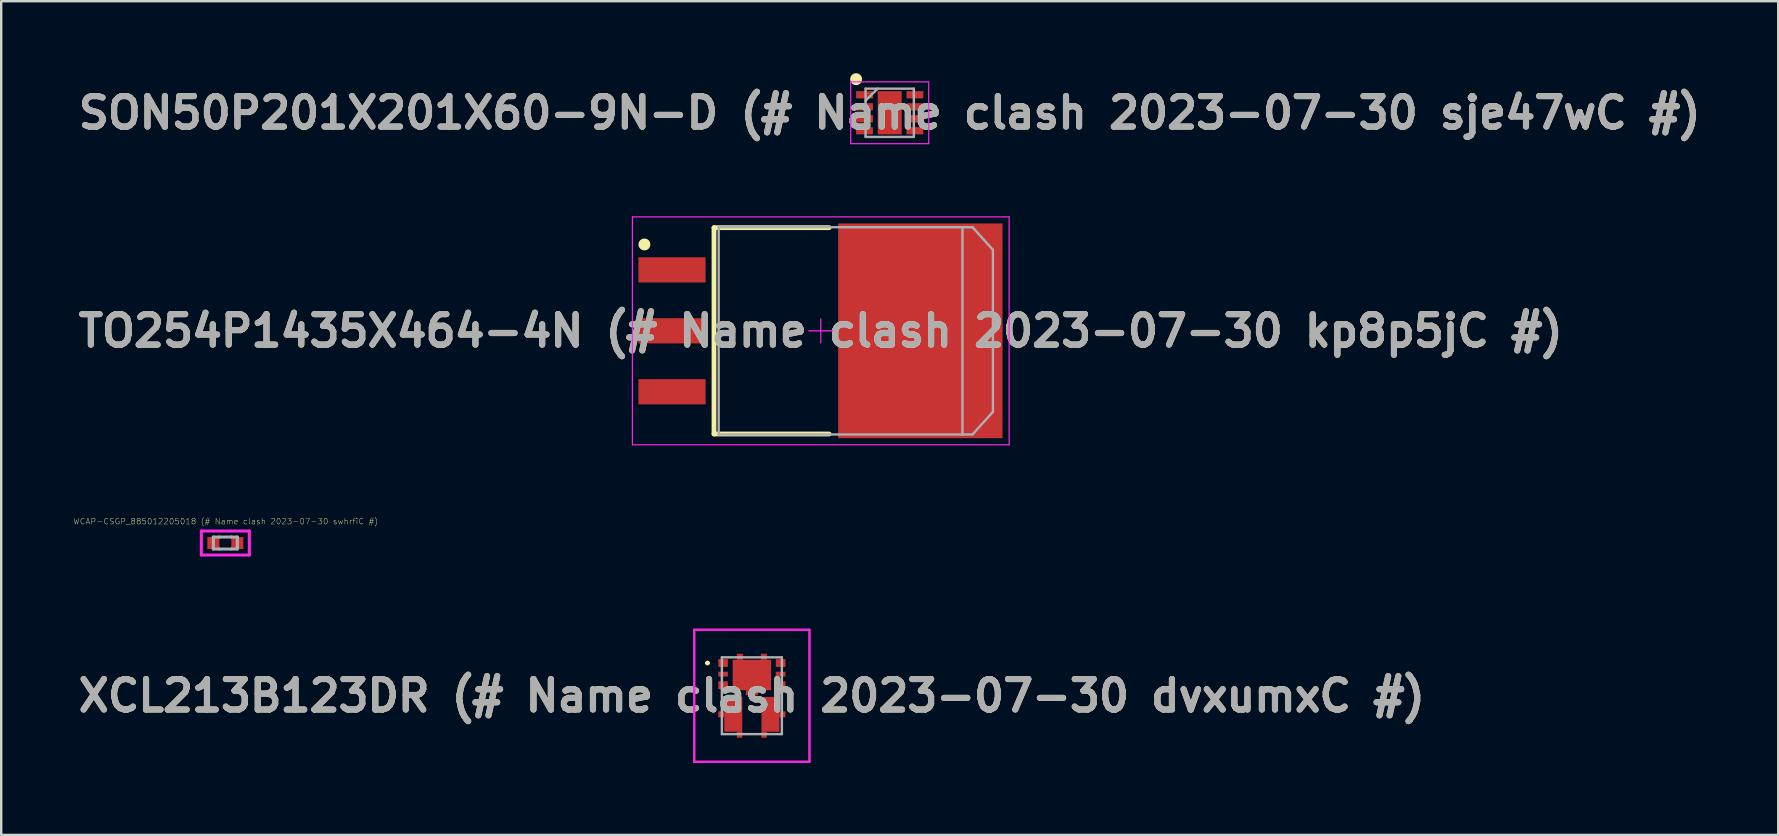
<source format=kicad_pcb>
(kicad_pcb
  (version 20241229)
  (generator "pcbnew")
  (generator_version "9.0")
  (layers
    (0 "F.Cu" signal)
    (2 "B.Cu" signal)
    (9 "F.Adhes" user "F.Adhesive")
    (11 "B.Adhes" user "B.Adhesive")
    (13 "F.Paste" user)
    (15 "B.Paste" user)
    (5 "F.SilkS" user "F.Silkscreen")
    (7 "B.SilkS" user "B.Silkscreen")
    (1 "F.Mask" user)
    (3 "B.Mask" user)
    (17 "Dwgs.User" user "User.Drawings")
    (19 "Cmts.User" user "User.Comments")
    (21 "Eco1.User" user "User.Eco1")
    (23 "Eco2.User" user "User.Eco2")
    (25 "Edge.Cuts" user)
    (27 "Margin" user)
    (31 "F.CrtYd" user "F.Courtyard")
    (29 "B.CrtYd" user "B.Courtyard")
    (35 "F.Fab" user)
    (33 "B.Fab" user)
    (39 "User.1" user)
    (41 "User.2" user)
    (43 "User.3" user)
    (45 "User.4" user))
  (footprint "SON50P201X201X60-9N-D (# Name clash 2023-07-30 sje47wC #)"
    (layer "F.Cu")
    (at 34.03 1.65)
    (property "Reference" "SON50P201X201X60-9N-D (# Name clash 2023-07-30 sje47wC #)" (at 0 0 0) (layer "F.SilkS") (effects (font (size 1.27 1.27) (thickness 0.254))))
    (attr smd)
    (fp_circle (center -1.4 -1.4) (end -1.4 -1.275) (stroke (width 0.25) (type solid)) (fill no) (layer "F.SilkS"))
    (fp_line (start -1.625 -1.288) (end 1.625 -1.288) (stroke (width 0.05) (type solid)) (layer "F.CrtYd"))
    (fp_line (start -1.625 1.288) (end -1.625 -1.288) (stroke (width 0.05) (type solid)) (layer "F.CrtYd"))
    (fp_line (start 1.625 -1.288) (end 1.625 1.288) (stroke (width 0.05) (type solid)) (layer "F.CrtYd"))
    (fp_line (start 1.625 1.288) (end -1.625 1.288) (stroke (width 0.05) (type solid)) (layer "F.CrtYd"))
    (fp_line (start -1.006 -1.006) (end 1.006 -1.006) (stroke (width 0.1) (type solid)) (layer "F.Fab"))
    (fp_line (start -1.006 -0.503) (end -0.503 -1.006) (stroke (width 0.1) (type solid)) (layer "F.Fab"))
    (fp_line (start -1.006 1.006) (end -1.006 -1.006) (stroke (width 0.1) (type solid)) (layer "F.Fab"))
    (fp_line (start 1.006 -1.006) (end 1.006 1.006) (stroke (width 0.1) (type solid)) (layer "F.Fab"))
    (fp_line (start 1.006 1.006) (end -1.006 1.006) (stroke (width 0.1) (type solid)) (layer "F.Fab"))
    (fp_text user "${REFERENCE}" (at 0 0 0) (layer "F.Fab") (effects (font (size 1.27 1.27) (thickness 0.254))))
    (pad "1" smd rect (at -1.05 -0.75 90) (size 0.3 0.7) (layers "F.Cu" "F.Mask" "F.Paste"))
    (pad "2" smd rect (at -1.05 -0.25 90) (size 0.3 0.7) (layers "F.Cu" "F.Mask" "F.Paste"))
    (pad "3" smd rect (at -1.05 0.25 90) (size 0.3 0.7) (layers "F.Cu" "F.Mask" "F.Paste"))
    (pad "4" smd rect (at -1.05 0.75 90) (size 0.3 0.7) (layers "F.Cu" "F.Mask" "F.Paste"))
    (pad "5" smd rect (at 1.05 0.75 90) (size 0.3 0.7) (layers "F.Cu" "F.Mask" "F.Paste"))
    (pad "6" smd rect (at 1.05 0.25 90) (size 0.3 0.7) (layers "F.Cu" "F.Mask" "F.Paste"))
    (pad "7" smd rect (at 1.05 -0.25 90) (size 0.3 0.7) (layers "F.Cu" "F.Mask" "F.Paste"))
    (pad "8" smd rect (at 1.05 -0.75 90) (size 0.3 0.7) (layers "F.Cu" "F.Mask" "F.Paste"))
    (pad "9" smd rect (at 0 0) (size 1 1.8) (layers "F.Cu" "F.Mask" "F.Paste")))
  (footprint "XCL213B123DR (# Name clash 2023-07-30 dvxumxC #)"
    (layer "F.Cu")
    (at 28.285 25.946)
    (property "Reference" "XCL213B123DR (# Name clash 2023-07-30 dvxumxC #)" (at 0 0 0) (layer "F.SilkS") (effects (font (size 1.27 1.27) (thickness 0.254))))
    (attr smd)
    (fp_line (start -1.9 -1.363) (end -1.9 -1.363) (stroke (width 0.1) (type solid)) (layer "F.SilkS"))
    (fp_line (start -1.8 -1.363) (end -1.8 -1.363) (stroke (width 0.1) (type solid)) (layer "F.SilkS"))
    (fp_arc (start -1.9 -1.363) (mid -1.85 -1.413) (end -1.8 -1.363) (stroke (width 0.1) (type solid)) (layer "F.SilkS"))
    (fp_arc (start -1.8 -1.363) (mid -1.85 -1.313) (end -1.9 -1.363) (stroke (width 0.1) (type solid)) (layer "F.SilkS"))
    (fp_line (start -2.4 -2.75) (end 2.4 -2.75) (stroke (width 0.1) (type solid)) (layer "F.CrtYd"))
    (fp_line (start -2.4 2.75) (end -2.4 -2.75) (stroke (width 0.1) (type solid)) (layer "F.CrtYd"))
    (fp_line (start 2.4 -2.75) (end 2.4 2.75) (stroke (width 0.1) (type solid)) (layer "F.CrtYd"))
    (fp_line (start 2.4 2.75) (end -2.4 2.75) (stroke (width 0.1) (type solid)) (layer "F.CrtYd"))
    (fp_line (start -1.25 -1.6) (end 1.25 -1.6) (stroke (width 0.1) (type solid)) (layer "F.Fab"))
    (fp_line (start -1.25 1.6) (end -1.25 -1.6) (stroke (width 0.1) (type solid)) (layer "F.Fab"))
    (fp_line (start 1.25 -1.6) (end 1.25 1.6) (stroke (width 0.1) (type solid)) (layer "F.Fab"))
    (fp_line (start 1.25 1.6) (end -1.25 1.6) (stroke (width 0.1) (type solid)) (layer "F.Fab"))
    (fp_text user "${REFERENCE}" (at 0 0 0) (layer "F.Fab") (effects (font (size 1.27 1.27) (thickness 0.254))))
    (pad "1" smd rect (at -1.2 -1.363 90) (size 0.325 0.4) (layers "F.Cu" "F.Mask" "F.Paste"))
    (pad "2" smd rect (at -1.2 -0.9 90) (size 0.2 0.4) (layers "F.Cu" "F.Mask" "F.Paste"))
    (pad "3" smd rect (at -1.2 -0.438 90) (size 0.325 0.4) (layers "F.Cu" "F.Mask" "F.Paste"))
    (pad "4" smd rect (at 1.2 -0.438 90) (size 0.325 0.4) (layers "F.Cu" "F.Mask" "F.Paste"))
    (pad "5" smd rect (at 1.2 -0.9 90) (size 0.2 0.4) (layers "F.Cu" "F.Mask" "F.Paste"))
    (pad "6" smd rect (at 1.2 -1.363 90) (size 0.325 0.4) (layers "F.Cu" "F.Mask" "F.Paste"))
    (pad "7" smd rect (at 0 -0.865 90) (size 1.27 1.6) (layers "F.Cu" "F.Mask" "F.Paste"))
    (pad "8" smd rect (at -0.775 0.775) (size 0.75 1.45) (layers "F.Cu" "F.Mask" "F.Paste"))
    (pad "9" smd rect (at 0.775 0.775) (size 0.75 1.45) (layers "F.Cu" "F.Mask" "F.Paste"))
    (pad "10" smd rect (at 1.275 0.775 90) (size 0.25 0.25) (layers "F.Cu" "F.Mask" "F.Paste"))
    (pad "11" smd rect (at 0.512 1.625) (size 0.225 0.25) (layers "F.Cu" "F.Mask" "F.Paste"))
    (pad "12" smd rect (at -0.512 1.625) (size 0.225 0.25) (layers "F.Cu" "F.Mask" "F.Paste"))
    (pad "13" smd rect (at -1.275 0.775 90) (size 0.25 0.25) (layers "F.Cu" "F.Mask" "F.Paste"))
    (pad "14" smd rect (at 0.5 -1.625 90) (size 0.25 0.25) (layers "F.Cu" "F.Mask" "F.Paste"))
    (pad "15" smd rect (at -0.5 -1.625 90) (size 0.25 0.25) (layers "F.Cu" "F.Mask" "F.Paste"))
    (pad "16" smd rect (at 0 -0.125 90) (size 0.21 0.5) (layers "F.Cu" "F.Mask" "F.Paste")))
  (footprint "WCAP-CSGP_885012205018 (# Name clash 2023-07-30 swhrfiC #)"
    (layer "F.Cu")
    (at 6.341 19.582)
    (property "Reference" "WCAP-CSGP_885012205018 (# Name clash 2023-07-30 swhrfiC #)" (at 0.012 -0.902 0) (layer "F.SilkS") (effects (font (size 0.24 0.24) (thickness 0.015))))
    (attr through_hole)
    (fp_line (start -1 -0.5) (end 1 -0.5) (stroke (width 0.127) (type solid)) (layer "F.CrtYd"))
    (fp_line (start -1 0.5) (end -1 -0.5) (stroke (width 0.127) (type solid)) (layer "F.CrtYd"))
    (fp_line (start 1 -0.5) (end 1 0.5) (stroke (width 0.127) (type solid)) (layer "F.CrtYd"))
    (fp_line (start 1 0.5) (end -1 0.5) (stroke (width 0.127) (type solid)) (layer "F.CrtYd"))
    (fp_line (start -0.5 -0.25) (end -0.5 0.25) (stroke (width 0.127) (type solid)) (layer "F.Fab"))
    (fp_line (start -0.5 -0.25) (end -0.25 -0.25) (stroke (width 0.127) (type solid)) (layer "F.Fab"))
    (fp_line (start -0.5 0.25) (end -0.25 0.25) (stroke (width 0.127) (type solid)) (layer "F.Fab"))
    (fp_line (start -0.25 -0.25) (end 0.25 -0.25) (stroke (width 0.127) (type solid)) (layer "F.Fab"))
    (fp_line (start -0.25 0.25) (end 0.25 0.25) (stroke (width 0.127) (type solid)) (layer "F.Fab"))
    (fp_line (start 0.25 -0.25) (end 0.5 -0.25) (stroke (width 0.127) (type solid)) (layer "F.Fab"))
    (fp_line (start 0.25 0.25) (end 0.5 0.25) (stroke (width 0.127) (type solid)) (layer "F.Fab"))
    (fp_line (start 0.5 0.25) (end 0.5 -0.25) (stroke (width 0.127) (type solid)) (layer "F.Fab"))
    (pad "1" smd rect (at -0.5 0) (size 0.5 0.5) (layers "F.Cu" "F.Mask" "F.Paste"))
    (pad "2" smd rect (at 0.5 0) (size 0.5 0.5) (layers "F.Cu" "F.Mask" "F.Paste")))
  (footprint "TO254P1435X464-4N (# Name clash 2023-07-30 kp8p5jC #)"
    (layer "F.Cu")
    (at 31.157 10.738)
    (property "Reference" "TO254P1435X464-4N (# Name clash 2023-07-30 kp8p5jC #)" (at 0 0 0) (layer "F.SilkS") (effects (font (size 1.27 1.27) (thickness 0.254))))
    (attr smd)
    (fp_line (start -4.45 -4.3) (end 0.35 -4.3) (stroke (width 0.2) (type solid)) (layer "F.SilkS"))
    (fp_line (start -4.45 4.3) (end -4.45 -4.3) (stroke (width 0.2) (type solid)) (layer "F.SilkS"))
    (fp_line (start 0.35 4.3) (end -4.45 4.3) (stroke (width 0.2) (type solid)) (layer "F.SilkS"))
    (fp_circle (center -7.35 -3.6) (end -7.35 -3.475) (stroke (width 0.25) (type solid)) (fill no) (layer "F.SilkS"))
    (fp_line (start -7.85 -4.75) (end -7.85 4.75) (stroke (width 0.05) (type solid)) (layer "F.CrtYd"))
    (fp_line (start -7.85 4.75) (end 7.85 4.75) (stroke (width 0.05) (type solid)) (layer "F.CrtYd"))
    (fp_line (start -4.38 -4.445) (end -4.38 4.445) (stroke (width 0.001) (type solid)) (layer "F.CrtYd"))
    (fp_line (start -4.38 4.445) (end 6.03 4.445) (stroke (width 0.001) (type solid)) (layer "F.CrtYd"))
    (fp_line (start -0.5 0) (end 0.5 0) (stroke (width 0.05) (type solid)) (layer "F.CrtYd"))
    (fp_line (start 0 0.5) (end 0 -0.5) (stroke (width 0.05) (type solid)) (layer "F.CrtYd"))
    (fp_line (start 6.03 -4.445) (end -4.38 -4.445) (stroke (width 0.001) (type solid)) (layer "F.CrtYd"))
    (fp_line (start 6.03 4.445) (end 6.03 -4.445) (stroke (width 0.001) (type solid)) (layer "F.CrtYd"))
    (fp_line (start 7.85 -4.75) (end -7.85 -4.75) (stroke (width 0.05) (type solid)) (layer "F.CrtYd"))
    (fp_line (start 7.85 4.75) (end 7.85 -4.75) (stroke (width 0.05) (type solid)) (layer "F.CrtYd"))
    (fp_line (start -4.255 -4.32) (end -4.255 4.32) (stroke (width 0.1) (type solid)) (layer "F.Fab"))
    (fp_line (start -4.255 4.32) (end 5.905 4.32) (stroke (width 0.1) (type solid)) (layer "F.Fab"))
    (fp_line (start 5.905 -4.32) (end -4.255 -4.32) (stroke (width 0.1) (type solid)) (layer "F.Fab"))
    (fp_line (start 5.905 4.32) (end 5.905 -4.32) (stroke (width 0.1) (type solid)) (layer "F.Fab"))
    (fp_line (start 5.905 4.32) (end 6.324 4.32) (stroke (width 0.1) (type solid)) (layer "F.Fab"))
    (fp_line (start 6.324 -4.32) (end 5.905 -4.32) (stroke (width 0.1) (type solid)) (layer "F.Fab"))
    (fp_line (start 6.324 4.32) (end 7.175 3.377) (stroke (width 0.1) (type solid)) (layer "F.Fab"))
    (fp_line (start 7.175 -3.377) (end 6.324 -4.32) (stroke (width 0.1) (type solid)) (layer "F.Fab"))
    (fp_line (start 7.175 3.377) (end 7.175 -3.377) (stroke (width 0.1) (type solid)) (layer "F.Fab"))
    (fp_text user "${REFERENCE}" (at 0 0 0) (layer "F.Fab") (effects (font (size 1.27 1.27) (thickness 0.254))))
    (pad "1" smd rect (at -6.2 -2.54 90) (size 1.05 2.8) (layers "F.Cu" "F.Mask" "F.Paste"))
    (pad "2" smd rect (at -6.2 0 90) (size 1.05 2.8) (layers "F.Cu" "F.Mask" "F.Paste"))
    (pad "3" smd rect (at -6.2 2.54 90) (size 1.05 2.8) (layers "F.Cu" "F.Mask" "F.Paste"))
    (pad "4" smd rect (at 4.15 0) (size 6.85 8.95) (layers "F.Cu" "F.Mask" "F.Paste")))
  (gr_rect
    (start -3 -3)
    (end 71.06 31.746)
    (stroke (width 0.1) (type default))
    (fill no)
    (layer "Edge.Cuts")))
</source>
